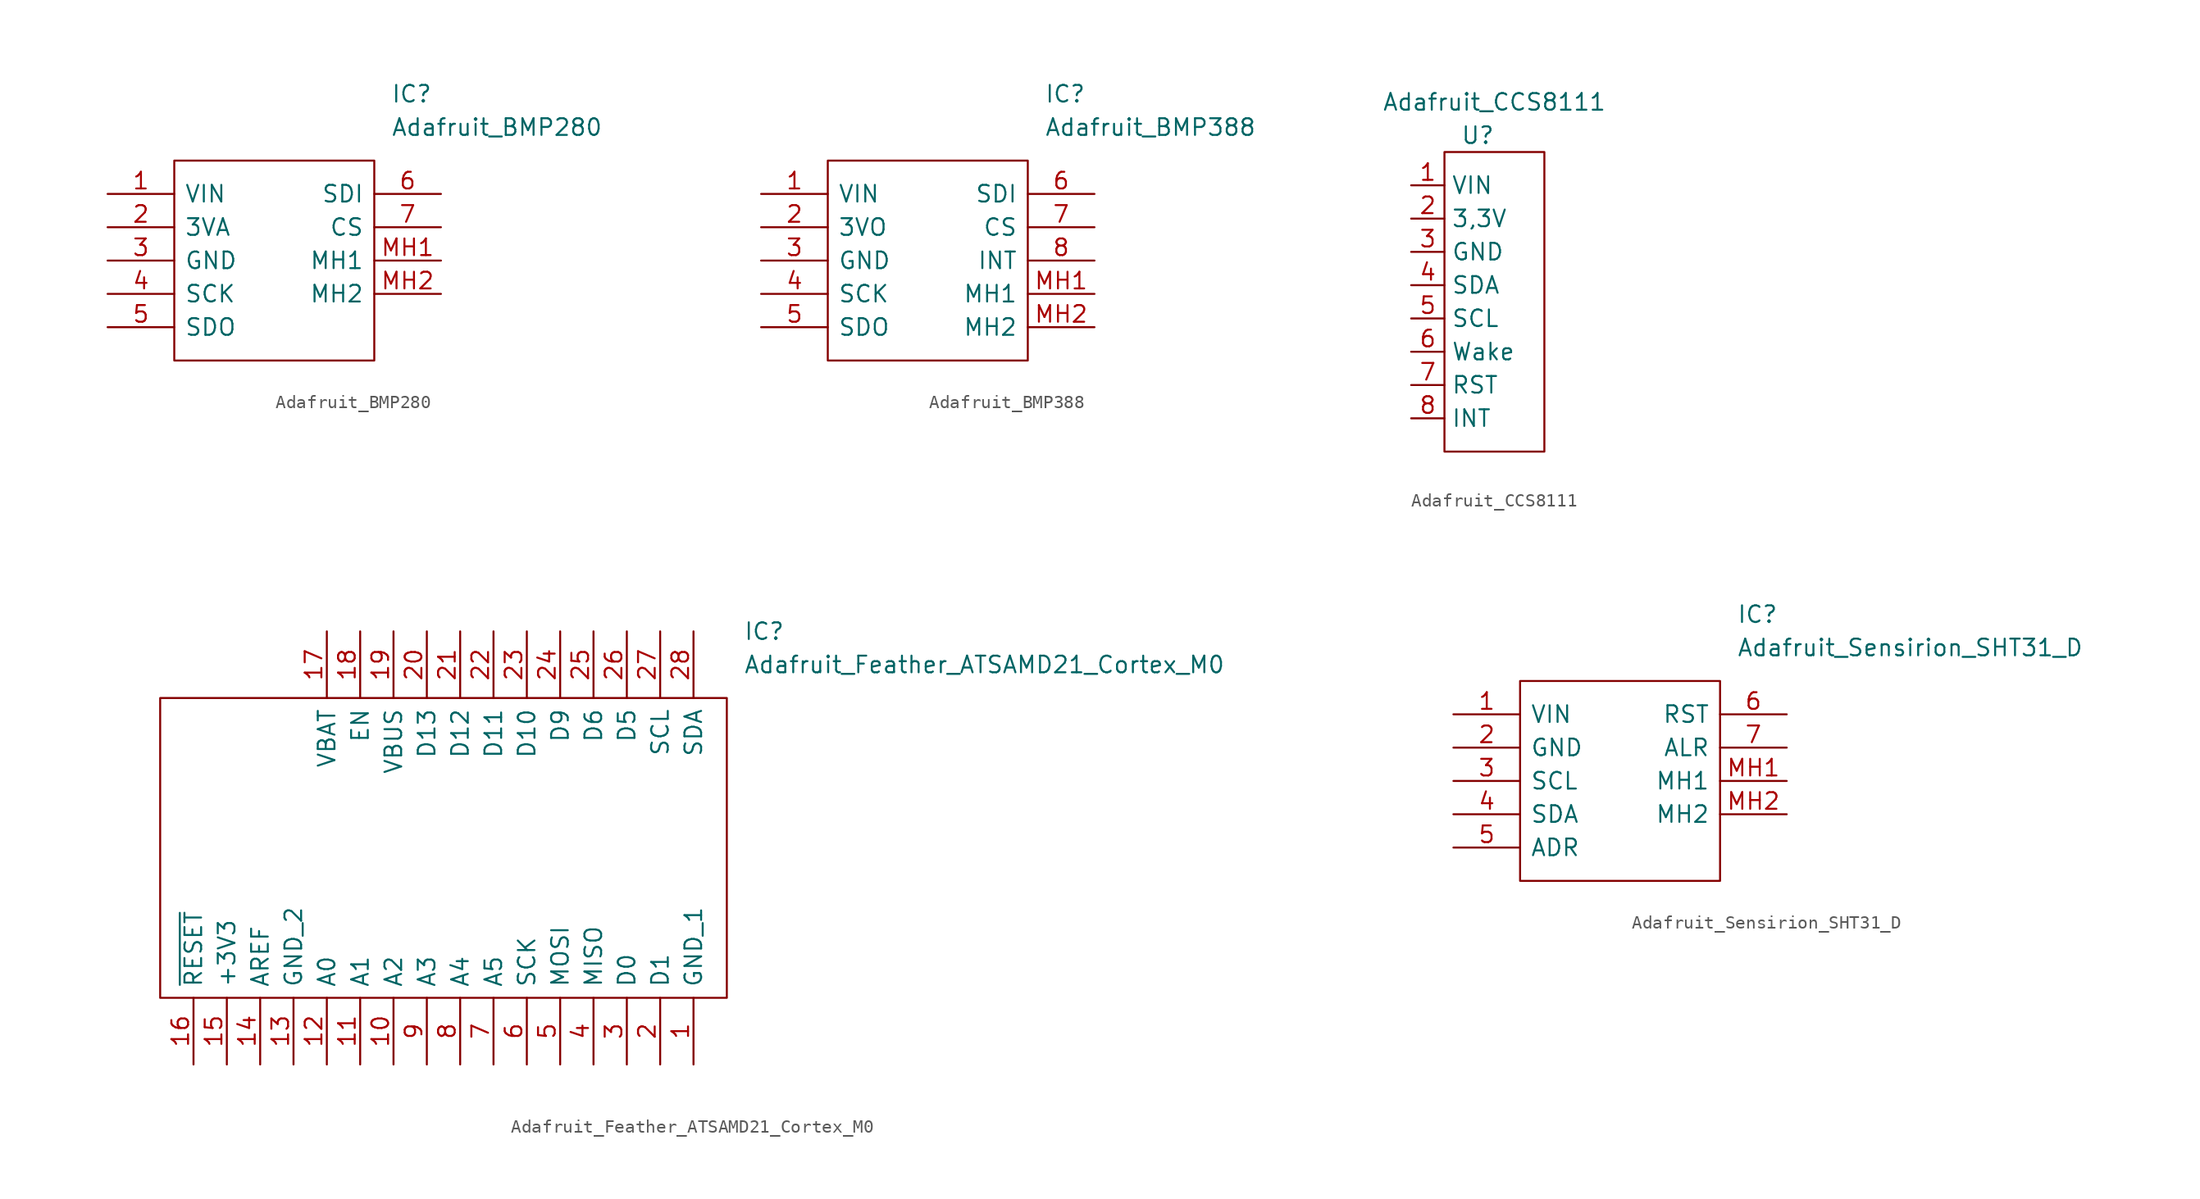
<source format=kicad_sym>
(kicad_symbol_lib
  (version 20201005)
  (generator kicad_symbol_editor)
  (symbol "Zimprich:Adafruit_BMP280"
    (pin_names
      (offset 0.762))
    (property "Reference" "IC"
      (at 21.59 7.62 0)
      (effects (font (size 1.27 1.27)) (justify left)))
    (property "Value" "Adafruit_BMP280"
      (at 21.59 5.08 0)
      (effects (font (size 1.27 1.27)) (justify left)))
    (symbol "Adafruit_BMP280_0_0"
      (pin bidirectional line (at 0 0 0) (length 5.08) (name "VIN" (effects (font (size 1.27 1.27)))) (number "1" (effects (font (size 1.27 1.27)))))
      (pin bidirectional line (at 0 -2.54 0) (length 5.08) (name "3VA" (effects (font (size 1.27 1.27)))) (number "2" (effects (font (size 1.27 1.27)))))
      (pin bidirectional line (at 0 -5.08 0) (length 5.08) (name "GND" (effects (font (size 1.27 1.27)))) (number "3" (effects (font (size 1.27 1.27)))))
      (pin bidirectional line (at 0 -7.62 0) (length 5.08) (name "SCK" (effects (font (size 1.27 1.27)))) (number "4" (effects (font (size 1.27 1.27)))))
      (pin bidirectional line (at 0 -10.16 0) (length 5.08) (name "SDO" (effects (font (size 1.27 1.27)))) (number "5" (effects (font (size 1.27 1.27)))))
      (pin bidirectional line (at 25.4 0 180) (length 5.08) (name "SDI" (effects (font (size 1.27 1.27)))) (number "6" (effects (font (size 1.27 1.27)))))
      (pin bidirectional line (at 25.4 -2.54 180) (length 5.08) (name "CS" (effects (font (size 1.27 1.27)))) (number "7" (effects (font (size 1.27 1.27)))))
      (pin bidirectional line (at 25.4 -5.08 180) (length 5.08) (name "MH1" (effects (font (size 1.27 1.27)))) (number "MH1" (effects (font (size 1.27 1.27)))))
      (pin bidirectional line (at 25.4 -7.62 180) (length 5.08) (name "MH2" (effects (font (size 1.27 1.27)))) (number "MH2" (effects (font (size 1.27 1.27))))))
    (symbol "Adafruit_BMP280_0_1"
      (polyline (pts (xy 5.08 2.54) (xy 20.32 2.54) (xy 20.32 -12.7) (xy 5.08 -12.7) (xy 5.08 2.54)) (stroke (width 0.152)) (fill (type none)))))
  (symbol "Zimprich:Adafruit_BMP388"
    (pin_names
      (offset 0.762))
    (property "Reference" "IC"
      (at 21.59 7.62 0)
      (effects (font (size 1.27 1.27)) (justify left)))
    (property "Value" "Adafruit_BMP388"
      (at 21.59 5.08 0)
      (effects (font (size 1.27 1.27)) (justify left)))
    (symbol "Adafruit_BMP388_0_0"
      (pin bidirectional line (at 0 0 0) (length 5.08) (name "VIN" (effects (font (size 1.27 1.27)))) (number "1" (effects (font (size 1.27 1.27)))))
      (pin bidirectional line (at 0 -2.54 0) (length 5.08) (name "3VO" (effects (font (size 1.27 1.27)))) (number "2" (effects (font (size 1.27 1.27)))))
      (pin bidirectional line (at 0 -5.08 0) (length 5.08) (name "GND" (effects (font (size 1.27 1.27)))) (number "3" (effects (font (size 1.27 1.27)))))
      (pin bidirectional line (at 0 -7.62 0) (length 5.08) (name "SCK" (effects (font (size 1.27 1.27)))) (number "4" (effects (font (size 1.27 1.27)))))
      (pin bidirectional line (at 0 -10.16 0) (length 5.08) (name "SDO" (effects (font (size 1.27 1.27)))) (number "5" (effects (font (size 1.27 1.27)))))
      (pin bidirectional line (at 25.4 0 180) (length 5.08) (name "SDI" (effects (font (size 1.27 1.27)))) (number "6" (effects (font (size 1.27 1.27)))))
      (pin bidirectional line (at 25.4 -2.54 180) (length 5.08) (name "CS" (effects (font (size 1.27 1.27)))) (number "7" (effects (font (size 1.27 1.27)))))
      (pin bidirectional line (at 25.4 -5.08 180) (length 5.08) (name "INT" (effects (font (size 1.27 1.27)))) (number "8" (effects (font (size 1.27 1.27)))))
      (pin bidirectional line (at 25.4 -7.62 180) (length 5.08) (name "MH1" (effects (font (size 1.27 1.27)))) (number "MH1" (effects (font (size 1.27 1.27)))))
      (pin bidirectional line (at 25.4 -10.16 180) (length 5.08) (name "MH2" (effects (font (size 1.27 1.27)))) (number "MH2" (effects (font (size 1.27 1.27))))))
    (symbol "Adafruit_BMP388_0_1"
      (polyline (pts (xy 5.08 2.54) (xy 20.32 2.54) (xy 20.32 -12.7) (xy 5.08 -12.7) (xy 5.08 2.54)) (stroke (width 0.152)) (fill (type none)))))
  (symbol "Zimprich:Adafruit_CCS8111"
    (property "Reference" "U"
      (at -1.27 12.7 0)
      (effects (font (size 1.27 1.27))))
    (property "Value" "Adafruit_CCS8111"
      (at 0 15.24 0)
      (effects (font (size 1.27 1.27))))
    (symbol "Adafruit_CCS8111_0_1"
      (rectangle (start -3.81 11.43) (end 3.81 -11.43) (stroke (width 0)) (fill (type none)))
      (pin input line (at -6.35 8.89 0) (length 2.54) (name "VIN" (effects (font (size 1.27 1.27)))) (number "1" (effects (font (size 1.27 1.27)))))
      (pin input line (at -6.35 6.35 0) (length 2.54) (name "3,3V" (effects (font (size 1.27 1.27)))) (number "2" (effects (font (size 1.27 1.27)))))
      (pin input line (at -6.35 3.81 0) (length 2.54) (name "GND" (effects (font (size 1.27 1.27)))) (number "3" (effects (font (size 1.27 1.27)))))
      (pin input line (at -6.35 1.27 0) (length 2.54) (name "SDA" (effects (font (size 1.27 1.27)))) (number "4" (effects (font (size 1.27 1.27)))))
      (pin input line (at -6.35 -1.27 0) (length 2.54) (name "SCL" (effects (font (size 1.27 1.27)))) (number "5" (effects (font (size 1.27 1.27)))))
      (pin input line (at -6.35 -3.81 0) (length 2.54) (name "Wake" (effects (font (size 1.27 1.27)))) (number "6" (effects (font (size 1.27 1.27)))))
      (pin input line (at -6.35 -6.35 0) (length 2.54) (name "RST" (effects (font (size 1.27 1.27)))) (number "7" (effects (font (size 1.27 1.27)))))
      (pin input line (at -6.35 -8.89 0) (length 2.54) (name "INT" (effects (font (size 1.27 1.27)))) (number "8" (effects (font (size 1.27 1.27)))))))
  (symbol "Zimprich:Adafruit_Feather_ATSAMD21_Cortex_M0"
    (pin_names
      (offset 0.762))
    (property "Reference" "IC"
      (at 41.91 0 0)
      (effects (font (size 1.27 1.27)) (justify left)))
    (property "Value" "Adafruit_Feather_ATSAMD21_Cortex_M0"
      (at 41.91 -2.54 0)
      (effects (font (size 1.27 1.27)) (justify left)))
    (symbol "Adafruit_Feather_ATSAMD21_Cortex_M0_0_0"
      (pin bidirectional line (at 38.1 -33.02 90) (length 5.08) (name "GND_1" (effects (font (size 1.27 1.27)))) (number "1" (effects (font (size 1.27 1.27)))))
      (pin bidirectional line (at 15.24 -33.02 90) (length 5.08) (name "A2" (effects (font (size 1.27 1.27)))) (number "10" (effects (font (size 1.27 1.27)))))
      (pin bidirectional line (at 12.7 -33.02 90) (length 5.08) (name "A1" (effects (font (size 1.27 1.27)))) (number "11" (effects (font (size 1.27 1.27)))))
      (pin bidirectional line (at 10.16 -33.02 90) (length 5.08) (name "A0" (effects (font (size 1.27 1.27)))) (number "12" (effects (font (size 1.27 1.27)))))
      (pin bidirectional line (at 7.62 -33.02 90) (length 5.08) (name "GND_2" (effects (font (size 1.27 1.27)))) (number "13" (effects (font (size 1.27 1.27)))))
      (pin bidirectional line (at 5.08 -33.02 90) (length 5.08) (name "AREF" (effects (font (size 1.27 1.27)))) (number "14" (effects (font (size 1.27 1.27)))))
      (pin bidirectional line (at 2.54 -33.02 90) (length 5.08) (name "+3V3" (effects (font (size 1.27 1.27)))) (number "15" (effects (font (size 1.27 1.27)))))
      (pin bidirectional line (at 0 -33.02 90) (length 5.08) (name "~RESET" (effects (font (size 1.27 1.27)))) (number "16" (effects (font (size 1.27 1.27)))))
      (pin bidirectional line (at 10.16 0 270) (length 5.08) (name "VBAT" (effects (font (size 1.27 1.27)))) (number "17" (effects (font (size 1.27 1.27)))))
      (pin bidirectional line (at 12.7 0 270) (length 5.08) (name "EN" (effects (font (size 1.27 1.27)))) (number "18" (effects (font (size 1.27 1.27)))))
      (pin bidirectional line (at 15.24 0 270) (length 5.08) (name "VBUS" (effects (font (size 1.27 1.27)))) (number "19" (effects (font (size 1.27 1.27)))))
      (pin bidirectional line (at 35.56 -33.02 90) (length 5.08) (name "D1" (effects (font (size 1.27 1.27)))) (number "2" (effects (font (size 1.27 1.27)))))
      (pin bidirectional line (at 17.78 0 270) (length 5.08) (name "D13" (effects (font (size 1.27 1.27)))) (number "20" (effects (font (size 1.27 1.27)))))
      (pin bidirectional line (at 20.32 0 270) (length 5.08) (name "D12" (effects (font (size 1.27 1.27)))) (number "21" (effects (font (size 1.27 1.27)))))
      (pin bidirectional line (at 22.86 0 270) (length 5.08) (name "D11" (effects (font (size 1.27 1.27)))) (number "22" (effects (font (size 1.27 1.27)))))
      (pin bidirectional line (at 25.4 0 270) (length 5.08) (name "D10" (effects (font (size 1.27 1.27)))) (number "23" (effects (font (size 1.27 1.27)))))
      (pin bidirectional line (at 27.94 0 270) (length 5.08) (name "D9" (effects (font (size 1.27 1.27)))) (number "24" (effects (font (size 1.27 1.27)))))
      (pin bidirectional line (at 30.48 0 270) (length 5.08) (name "D6" (effects (font (size 1.27 1.27)))) (number "25" (effects (font (size 1.27 1.27)))))
      (pin bidirectional line (at 33.02 0 270) (length 5.08) (name "D5" (effects (font (size 1.27 1.27)))) (number "26" (effects (font (size 1.27 1.27)))))
      (pin bidirectional line (at 35.56 0 270) (length 5.08) (name "SCL" (effects (font (size 1.27 1.27)))) (number "27" (effects (font (size 1.27 1.27)))))
      (pin bidirectional line (at 38.1 0 270) (length 5.08) (name "SDA" (effects (font (size 1.27 1.27)))) (number "28" (effects (font (size 1.27 1.27)))))
      (pin bidirectional line (at 33.02 -33.02 90) (length 5.08) (name "D0" (effects (font (size 1.27 1.27)))) (number "3" (effects (font (size 1.27 1.27)))))
      (pin bidirectional line (at 30.48 -33.02 90) (length 5.08) (name "MISO" (effects (font (size 1.27 1.27)))) (number "4" (effects (font (size 1.27 1.27)))))
      (pin bidirectional line (at 27.94 -33.02 90) (length 5.08) (name "MOSI" (effects (font (size 1.27 1.27)))) (number "5" (effects (font (size 1.27 1.27)))))
      (pin bidirectional line (at 25.4 -33.02 90) (length 5.08) (name "SCK" (effects (font (size 1.27 1.27)))) (number "6" (effects (font (size 1.27 1.27)))))
      (pin bidirectional line (at 22.86 -33.02 90) (length 5.08) (name "A5" (effects (font (size 1.27 1.27)))) (number "7" (effects (font (size 1.27 1.27)))))
      (pin bidirectional line (at 20.32 -33.02 90) (length 5.08) (name "A4" (effects (font (size 1.27 1.27)))) (number "8" (effects (font (size 1.27 1.27)))))
      (pin bidirectional line (at 17.78 -33.02 90) (length 5.08) (name "A3" (effects (font (size 1.27 1.27)))) (number "9" (effects (font (size 1.27 1.27))))))
    (symbol "Adafruit_Feather_ATSAMD21_Cortex_M0_0_1"
      (polyline (pts (xy -2.54 -5.08) (xy 40.64 -5.08) (xy 40.64 -27.94) (xy -2.54 -27.94) (xy -2.54 -5.08)) (stroke (width 0.152)) (fill (type none)))))
  (symbol "Zimprich:Adafruit_Sensirion_SHT31_D"
    (pin_names
      (offset 0.762))
    (property "Reference" "IC"
      (at 21.59 7.62 0)
      (effects (font (size 1.27 1.27)) (justify left)))
    (property "Value" "Adafruit_Sensirion_SHT31_D"
      (at 21.59 5.08 0)
      (effects (font (size 1.27 1.27)) (justify left)))
    (symbol "Adafruit_Sensirion_SHT31_D_0_0"
      (pin bidirectional line (at 0 0 0) (length 5.08) (name "VIN" (effects (font (size 1.27 1.27)))) (number "1" (effects (font (size 1.27 1.27)))))
      (pin bidirectional line (at 0 -2.54 0) (length 5.08) (name "GND" (effects (font (size 1.27 1.27)))) (number "2" (effects (font (size 1.27 1.27)))))
      (pin bidirectional line (at 0 -5.08 0) (length 5.08) (name "SCL" (effects (font (size 1.27 1.27)))) (number "3" (effects (font (size 1.27 1.27)))))
      (pin bidirectional line (at 0 -7.62 0) (length 5.08) (name "SDA" (effects (font (size 1.27 1.27)))) (number "4" (effects (font (size 1.27 1.27)))))
      (pin bidirectional line (at 0 -10.16 0) (length 5.08) (name "ADR" (effects (font (size 1.27 1.27)))) (number "5" (effects (font (size 1.27 1.27)))))
      (pin bidirectional line (at 25.4 0 180) (length 5.08) (name "RST" (effects (font (size 1.27 1.27)))) (number "6" (effects (font (size 1.27 1.27)))))
      (pin bidirectional line (at 25.4 -2.54 180) (length 5.08) (name "ALR" (effects (font (size 1.27 1.27)))) (number "7" (effects (font (size 1.27 1.27)))))
      (pin bidirectional line (at 25.4 -5.08 180) (length 5.08) (name "MH1" (effects (font (size 1.27 1.27)))) (number "MH1" (effects (font (size 1.27 1.27)))))
      (pin bidirectional line (at 25.4 -7.62 180) (length 5.08) (name "MH2" (effects (font (size 1.27 1.27)))) (number "MH2" (effects (font (size 1.27 1.27))))))
    (symbol "Adafruit_Sensirion_SHT31_D_0_1"
      (polyline (pts (xy 5.08 2.54) (xy 20.32 2.54) (xy 20.32 -12.7) (xy 5.08 -12.7) (xy 5.08 2.54)) (stroke (width 0.152)) (fill (type none))))))
</source>
